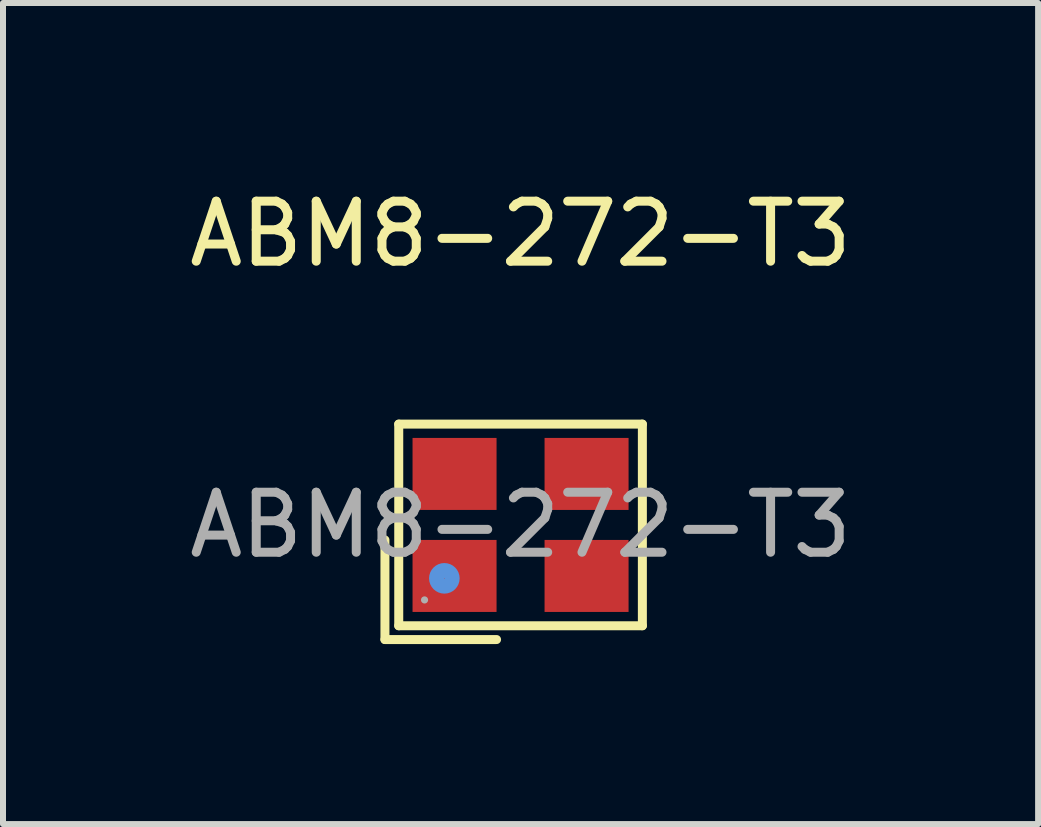
<source format=kicad_pcb>
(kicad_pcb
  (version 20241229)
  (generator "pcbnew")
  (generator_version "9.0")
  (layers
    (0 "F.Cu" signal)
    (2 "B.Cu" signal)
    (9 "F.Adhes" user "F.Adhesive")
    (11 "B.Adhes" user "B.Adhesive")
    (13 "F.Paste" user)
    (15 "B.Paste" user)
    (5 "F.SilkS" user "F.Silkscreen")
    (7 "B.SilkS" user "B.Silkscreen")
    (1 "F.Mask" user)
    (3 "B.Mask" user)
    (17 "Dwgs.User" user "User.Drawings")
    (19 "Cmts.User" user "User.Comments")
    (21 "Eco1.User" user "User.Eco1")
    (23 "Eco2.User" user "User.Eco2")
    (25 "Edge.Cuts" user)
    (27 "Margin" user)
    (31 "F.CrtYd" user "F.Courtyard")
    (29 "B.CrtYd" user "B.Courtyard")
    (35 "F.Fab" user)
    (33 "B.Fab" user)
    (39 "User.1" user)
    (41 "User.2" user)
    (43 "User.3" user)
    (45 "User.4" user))
  (footprint "ABM8-272-T3"
    (layer "F.Cu")
    (at 5.625 5.698)
    (property "Reference" "ABM8-272-T3" (at 0 -4.85 0) (layer "F.SilkS") (effects (font (size 1 1) (thickness 0.15))))
    (attr smd)
    (fp_line (start -2.26 0.25) (end -2.26 1.91) (stroke (width 0.15) (type solid)) (layer "F.SilkS"))
    (fp_line (start -2.26 1.91) (end -0.4 1.91) (stroke (width 0.15) (type solid)) (layer "F.SilkS"))
    (fp_line (start -2.03 -1.68) (end 2.03 -1.68) (stroke (width 0.15) (type solid)) (layer "F.SilkS"))
    (fp_line (start -2.03 1.68) (end -2.03 -1.68) (stroke (width 0.15) (type solid)) (layer "F.SilkS"))
    (fp_line (start 2.03 -1.68) (end 2.03 1.68) (stroke (width 0.15) (type solid)) (layer "F.SilkS"))
    (fp_line (start 2.03 1.68) (end -2.03 1.68) (stroke (width 0.15) (type solid)) (layer "F.SilkS"))
    (fp_circle (center -1.27 0.89) (end -1.14 0.89) (stroke (width 0.25) (type solid)) (fill no) (layer "Cmts.User"))
    (fp_circle (center -1.6 1.25) (end -1.57 1.25) (stroke (width 0.06) (type solid)) (fill no) (layer "F.Fab"))
    (fp_text user "${REFERENCE}" (at 0 0 0) (layer "F.Fab") (effects (font (size 1 1) (thickness 0.15))))
    (pad "1" smd rect (at -1.1 0.85) (size 1.4 1.2) (layers "F.Cu" "F.Mask" "F.Paste"))
    (pad "2" smd rect (at 1.1 0.85) (size 1.4 1.2) (layers "F.Cu" "F.Mask" "F.Paste"))
    (pad "3" smd rect (at 1.1 -0.85) (size 1.4 1.2) (layers "F.Cu" "F.Mask" "F.Paste"))
    (pad "4" smd rect (at -1.1 -0.85) (size 1.4 1.2) (layers "F.Cu" "F.Mask" "F.Paste")))
  (gr_rect
    (start -3 -3)
    (end 14.25 10.683)
    (stroke (width 0.1) (type default))
    (fill no)
    (layer "Edge.Cuts")))
</source>
